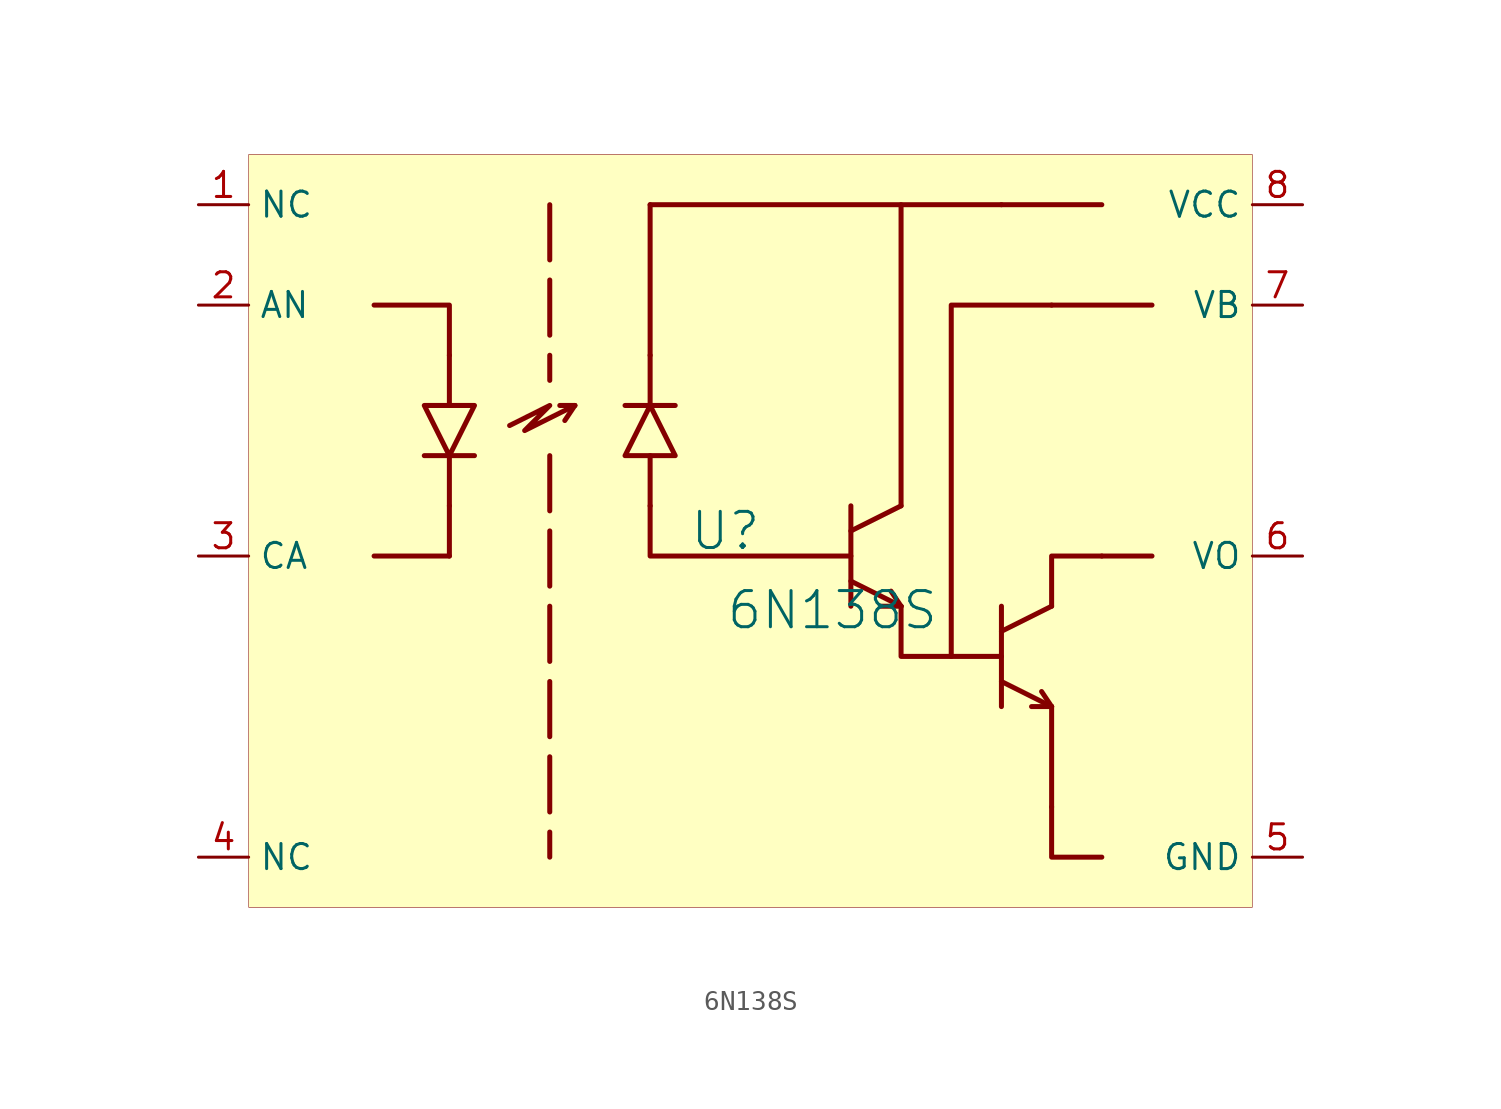
<source format=kicad_sym>
(kicad_symbol_lib
  (version 20231120)
  (generator "kicad_symbol_editor")
  (generator_version "8.0")
  (symbol "6N138S"
    (property "Reference" "U"
      (at -1.27 1.27 0)
      (effects (font (size 1.829 1.829))))
    (property "Value" "6N138S"
      (at -1.27 -3.81 0)
      (effects (font (size 1.829 1.829)) (justify left bottom)))
    (symbol "6N138S_1_0"
      (polyline (pts (xy -19.05 0) (xy -15.24 0)) (stroke (width 0.254) (type solid)) (fill (type none)))
      (polyline (pts (xy -16.51 5.08) (xy -13.97 5.08)) (stroke (width 0.254) (type solid)) (fill (type none)))
      (polyline (pts (xy -15.24 2.54) (xy -15.24 0)) (stroke (width 0.254) (type solid)) (fill (type none)))
      (polyline (pts (xy -15.24 5.08) (xy -15.24 2.54)) (stroke (width 0.254) (type solid)) (fill (type none)))
      (polyline (pts (xy -15.24 7.62) (xy -15.24 10.16)) (stroke (width 0.254) (type solid)) (fill (type none)))
      (polyline (pts (xy -10.16 5.08) (xy -10.16 -15.24)) (stroke (width 0.254) (type dash)) (fill (type none)))
      (polyline (pts (xy -10.16 17.78) (xy -10.16 8.89)) (stroke (width 0.254) (type dash)) (fill (type none)))
      (polyline (pts (xy -8.89 7.62) (xy -9.652 7.62)) (stroke (width 0.254) (type solid)) (fill (type none)))
      (polyline (pts (xy -8.89 7.62) (xy -9.398 6.858)) (stroke (width 0.254) (type solid)) (fill (type none)))
      (polyline (pts (xy -5.08 5.08) (xy -5.08 2.54)) (stroke (width 0.254) (type solid)) (fill (type none)))
      (polyline (pts (xy -5.08 7.62) (xy -5.08 10.16)) (stroke (width 0.254) (type solid)) (fill (type none)))
      (polyline (pts (xy -5.08 10.16) (xy -5.08 17.78)) (stroke (width 0.254) (type solid)) (fill (type none)))
      (polyline (pts (xy -5.08 17.78) (xy 12.7 17.78)) (stroke (width 0.254) (type solid)) (fill (type none)))
      (polyline (pts (xy -3.81 7.62) (xy -6.35 7.62)) (stroke (width 0.254) (type solid)) (fill (type none)))
      (polyline (pts (xy 5.08 -1.27) (xy 7.62 -2.54)) (stroke (width 0.254) (type solid)) (fill (type none)))
      (polyline (pts (xy 5.08 1.27) (xy 7.62 2.54)) (stroke (width 0.254) (type solid)) (fill (type none)))
      (polyline (pts (xy 5.08 2.54) (xy 5.08 -2.54)) (stroke (width 0.254) (type solid)) (fill (type none)))
      (polyline (pts (xy 7.62 -2.54) (xy 6.604 -2.54)) (stroke (width 0.254) (type solid)) (fill (type none)))
      (polyline (pts (xy 7.62 -2.54) (xy 7.112 -1.778)) (stroke (width 0.254) (type solid)) (fill (type none)))
      (polyline (pts (xy 7.62 2.54) (xy 7.62 17.78)) (stroke (width 0.254) (type solid)) (fill (type none)))
      (polyline (pts (xy 12.7 -6.35) (xy 15.24 -7.62)) (stroke (width 0.254) (type solid)) (fill (type none)))
      (polyline (pts (xy 12.7 -3.81) (xy 15.24 -2.54)) (stroke (width 0.254) (type solid)) (fill (type none)))
      (polyline (pts (xy 12.7 -2.54) (xy 12.7 -7.62)) (stroke (width 0.254) (type solid)) (fill (type none)))
      (polyline (pts (xy 12.7 17.78) (xy 17.78 17.78)) (stroke (width 0.254) (type solid)) (fill (type none)))
      (polyline (pts (xy 15.24 -7.62) (xy 14.224 -7.62)) (stroke (width 0.254) (type solid)) (fill (type none)))
      (polyline (pts (xy 15.24 -7.62) (xy 14.732 -6.858)) (stroke (width 0.254) (type solid)) (fill (type none)))
      (polyline (pts (xy 15.24 -7.62) (xy 15.24 -12.7)) (stroke (width 0.254) (type solid)) (fill (type none)))
      (polyline (pts (xy 15.24 12.7) (xy 20.32 12.7)) (stroke (width 0.254) (type solid)) (fill (type none)))
      (polyline (pts (xy 17.78 0) (xy 20.32 0)) (stroke (width 0.254) (type solid)) (fill (type none)))
      (polyline (pts (xy -15.24 10.16) (xy -15.24 12.7) (xy -19.05 12.7)) (stroke (width 0.254) (type solid)) (fill (type none)))
      (polyline (pts (xy -5.08 2.54) (xy -5.08 0) (xy 5.08 0)) (stroke (width 0.254) (type solid)) (fill (type none)))
      (polyline (pts (xy 7.62 -2.54) (xy 7.62 -5.08) (xy 12.7 -5.08)) (stroke (width 0.254) (type solid)) (fill (type none)))
      (polyline (pts (xy 10.16 -5.08) (xy 10.16 12.7) (xy 15.24 12.7)) (stroke (width 0.254) (type solid)) (fill (type none)))
      (polyline (pts (xy 15.24 -12.7) (xy 15.24 -15.24) (xy 17.78 -15.24)) (stroke (width 0.254) (type solid)) (fill (type none)))
      (polyline (pts (xy 15.24 -2.54) (xy 15.24 0) (xy 17.78 0)) (stroke (width 0.254) (type solid)) (fill (type none)))
      (polyline (pts (xy -16.51 7.62) (xy -13.97 7.62) (xy -15.24 5.08) (xy -16.51 7.62)) (stroke (width 0.254) (type solid)) (fill (type none)))
      (polyline (pts (xy -12.192 6.604) (xy -10.16 7.62) (xy -11.43 6.35) (xy -8.89 7.62)) (stroke (width 0.254) (type solid)) (fill (type none)))
      (polyline (pts (xy -3.81 5.08) (xy -6.35 5.08) (xy -5.08 7.62) (xy -3.81 5.08)) (stroke (width 0.254) (type solid)) (fill (type none)))
      (rectangle (start 25.4 20.32) (end -25.4 -17.78) (stroke (width 0.025) (type solid) (color 128 0 0 1)) (fill (type background)))
      (pin passive line (at -27.94 17.78 0) (length 2.54) (name "NC" (effects (font (size 1.27 1.27)))) (number "1" (effects (font (size 1.27 1.27)))))
      (pin passive line (at -27.94 12.7 0) (length 2.54) (name "AN" (effects (font (size 1.27 1.27)))) (number "2" (effects (font (size 1.27 1.27)))))
      (pin passive line (at -27.94 0 0) (length 2.54) (name "CA" (effects (font (size 1.27 1.27)))) (number "3" (effects (font (size 1.27 1.27)))))
      (pin passive line (at -27.94 -15.24 0) (length 2.54) (name "NC" (effects (font (size 1.27 1.27)))) (number "4" (effects (font (size 1.27 1.27)))))
      (pin power_in line (at 27.94 -15.24 180) (length 2.54) (name "GND" (effects (font (size 1.27 1.27)))) (number "5" (effects (font (size 1.27 1.27)))))
      (pin open_collector line (at 27.94 0 180) (length 2.54) (name "VO" (effects (font (size 1.27 1.27)))) (number "6" (effects (font (size 1.27 1.27)))))
      (pin power_in line (at 27.94 12.7 180) (length 2.54) (name "VB" (effects (font (size 1.27 1.27)))) (number "7" (effects (font (size 1.27 1.27)))))
      (pin power_in line (at 27.94 17.78 180) (length 2.54) (name "VCC" (effects (font (size 1.27 1.27)))) (number "8" (effects (font (size 1.27 1.27))))))))
</source>
